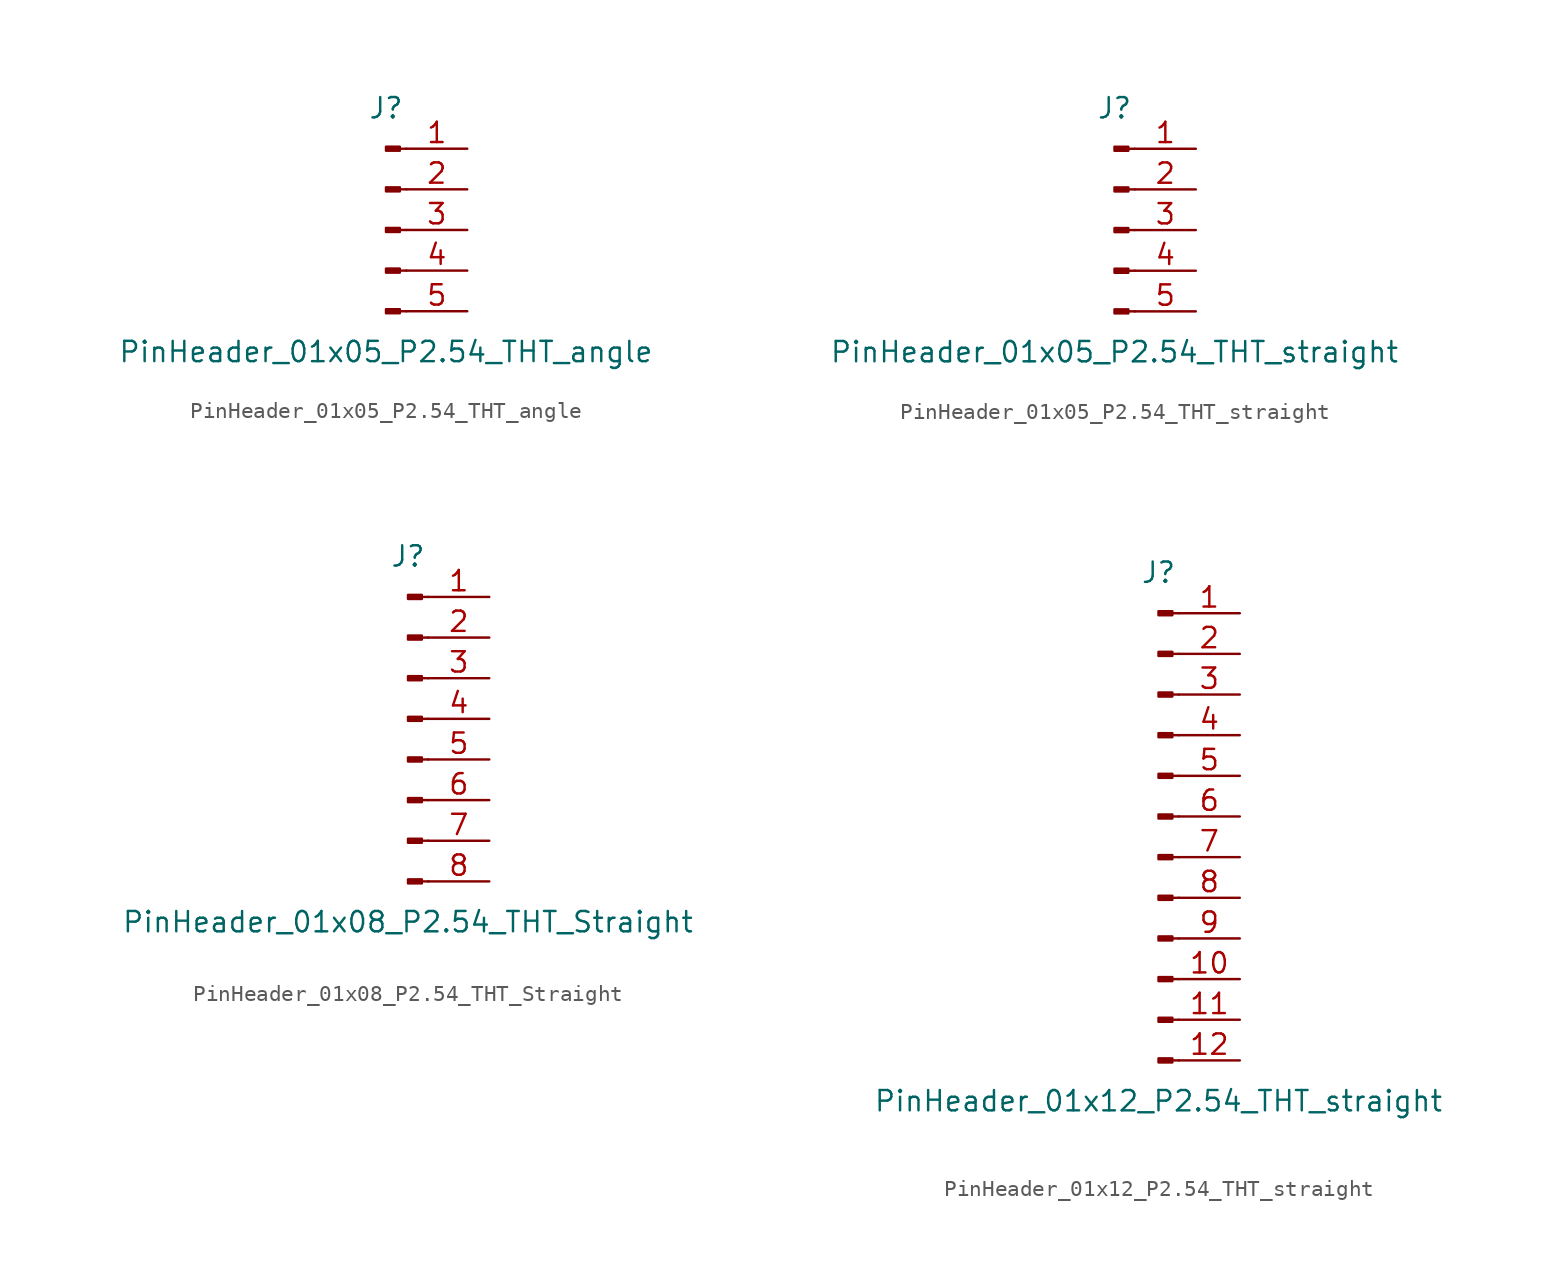
<source format=kicad_sym>
(kicad_symbol_lib
  (version 20231120)
  (generator "kicad_symbol_editor")
  (generator_version "8.0")
  (symbol "PinHeader_01x05_P2.54_THT_angle"
    (pin_names
      (offset 1.016) hide)
    (property "Reference" "J"
      (at 0 7.62 0)
      (effects (font (size 1.27 1.27))))
    (property "Value" "PinHeader_01x05_P2.54_THT_angle"
      (at 0 -7.62 0)
      (effects (font (size 1.27 1.27))))
    (symbol "PinHeader_01x05_P2.54_THT_angle_1_1"
      (polyline (pts (xy 1.27 -5.08) (xy 0.864 -5.08)) (stroke (width 0.152) (type default)) (fill (type none)))
      (polyline (pts (xy 1.27 -2.54) (xy 0.864 -2.54)) (stroke (width 0.152) (type default)) (fill (type none)))
      (polyline (pts (xy 1.27 0) (xy 0.864 0)) (stroke (width 0.152) (type default)) (fill (type none)))
      (polyline (pts (xy 1.27 2.54) (xy 0.864 2.54)) (stroke (width 0.152) (type default)) (fill (type none)))
      (polyline (pts (xy 1.27 5.08) (xy 0.864 5.08)) (stroke (width 0.152) (type default)) (fill (type none)))
      (rectangle (start 0.864 -4.953) (end 0 -5.207) (stroke (width 0.152) (type default)) (fill (type outline)))
      (rectangle (start 0.864 -2.413) (end 0 -2.667) (stroke (width 0.152) (type default)) (fill (type outline)))
      (rectangle (start 0.864 0.127) (end 0 -0.127) (stroke (width 0.152) (type default)) (fill (type outline)))
      (rectangle (start 0.864 2.667) (end 0 2.413) (stroke (width 0.152) (type default)) (fill (type outline)))
      (rectangle (start 0.864 5.207) (end 0 4.953) (stroke (width 0.152) (type default)) (fill (type outline)))
      (pin passive line (at 5.08 5.08 180) (length 3.81) (name "Pin_1" (effects (font (size 1.27 1.27)))) (number "1" (effects (font (size 1.27 1.27)))))
      (pin passive line (at 5.08 2.54 180) (length 3.81) (name "Pin_2" (effects (font (size 1.27 1.27)))) (number "2" (effects (font (size 1.27 1.27)))))
      (pin passive line (at 5.08 0 180) (length 3.81) (name "Pin_3" (effects (font (size 1.27 1.27)))) (number "3" (effects (font (size 1.27 1.27)))))
      (pin passive line (at 5.08 -2.54 180) (length 3.81) (name "Pin_4" (effects (font (size 1.27 1.27)))) (number "4" (effects (font (size 1.27 1.27)))))
      (pin passive line (at 5.08 -5.08 180) (length 3.81) (name "Pin_5" (effects (font (size 1.27 1.27)))) (number "5" (effects (font (size 1.27 1.27)))))))
  (symbol "PinHeader_01x05_P2.54_THT_straight"
    (pin_names
      (offset 1.016) hide)
    (property "Reference" "J"
      (at 0 7.62 0)
      (effects (font (size 1.27 1.27))))
    (property "Value" "PinHeader_01x05_P2.54_THT_straight"
      (at 0 -7.62 0)
      (effects (font (size 1.27 1.27))))
    (symbol "PinHeader_01x05_P2.54_THT_straight_1_1"
      (polyline (pts (xy 1.27 -5.08) (xy 0.864 -5.08)) (stroke (width 0.152) (type default)) (fill (type none)))
      (polyline (pts (xy 1.27 -2.54) (xy 0.864 -2.54)) (stroke (width 0.152) (type default)) (fill (type none)))
      (polyline (pts (xy 1.27 0) (xy 0.864 0)) (stroke (width 0.152) (type default)) (fill (type none)))
      (polyline (pts (xy 1.27 2.54) (xy 0.864 2.54)) (stroke (width 0.152) (type default)) (fill (type none)))
      (polyline (pts (xy 1.27 5.08) (xy 0.864 5.08)) (stroke (width 0.152) (type default)) (fill (type none)))
      (rectangle (start 0.864 -4.953) (end 0 -5.207) (stroke (width 0.152) (type default)) (fill (type outline)))
      (rectangle (start 0.864 -2.413) (end 0 -2.667) (stroke (width 0.152) (type default)) (fill (type outline)))
      (rectangle (start 0.864 0.127) (end 0 -0.127) (stroke (width 0.152) (type default)) (fill (type outline)))
      (rectangle (start 0.864 2.667) (end 0 2.413) (stroke (width 0.152) (type default)) (fill (type outline)))
      (rectangle (start 0.864 5.207) (end 0 4.953) (stroke (width 0.152) (type default)) (fill (type outline)))
      (pin passive line (at 5.08 5.08 180) (length 3.81) (name "Pin_1" (effects (font (size 1.27 1.27)))) (number "1" (effects (font (size 1.27 1.27)))))
      (pin passive line (at 5.08 2.54 180) (length 3.81) (name "Pin_2" (effects (font (size 1.27 1.27)))) (number "2" (effects (font (size 1.27 1.27)))))
      (pin passive line (at 5.08 0 180) (length 3.81) (name "Pin_3" (effects (font (size 1.27 1.27)))) (number "3" (effects (font (size 1.27 1.27)))))
      (pin passive line (at 5.08 -2.54 180) (length 3.81) (name "Pin_4" (effects (font (size 1.27 1.27)))) (number "4" (effects (font (size 1.27 1.27)))))
      (pin passive line (at 5.08 -5.08 180) (length 3.81) (name "Pin_5" (effects (font (size 1.27 1.27)))) (number "5" (effects (font (size 1.27 1.27)))))))
  (symbol "PinHeader_01x08_P2.54_THT_Straight"
    (pin_names
      (offset 1.016) hide)
    (property "Reference" "J"
      (at 0 10.16 0)
      (effects (font (size 1.27 1.27))))
    (property "Value" "PinHeader_01x08_P2.54_THT_Straight"
      (at 0 -12.7 0)
      (effects (font (size 1.27 1.27))))
    (symbol "PinHeader_01x08_P2.54_THT_Straight_1_1"
      (polyline (pts (xy 1.27 -10.16) (xy 0.864 -10.16)) (stroke (width 0.152) (type default)) (fill (type none)))
      (polyline (pts (xy 1.27 -7.62) (xy 0.864 -7.62)) (stroke (width 0.152) (type default)) (fill (type none)))
      (polyline (pts (xy 1.27 -5.08) (xy 0.864 -5.08)) (stroke (width 0.152) (type default)) (fill (type none)))
      (polyline (pts (xy 1.27 -2.54) (xy 0.864 -2.54)) (stroke (width 0.152) (type default)) (fill (type none)))
      (polyline (pts (xy 1.27 0) (xy 0.864 0)) (stroke (width 0.152) (type default)) (fill (type none)))
      (polyline (pts (xy 1.27 2.54) (xy 0.864 2.54)) (stroke (width 0.152) (type default)) (fill (type none)))
      (polyline (pts (xy 1.27 5.08) (xy 0.864 5.08)) (stroke (width 0.152) (type default)) (fill (type none)))
      (polyline (pts (xy 1.27 7.62) (xy 0.864 7.62)) (stroke (width 0.152) (type default)) (fill (type none)))
      (rectangle (start 0.864 -10.033) (end 0 -10.287) (stroke (width 0.152) (type default)) (fill (type outline)))
      (rectangle (start 0.864 -7.493) (end 0 -7.747) (stroke (width 0.152) (type default)) (fill (type outline)))
      (rectangle (start 0.864 -4.953) (end 0 -5.207) (stroke (width 0.152) (type default)) (fill (type outline)))
      (rectangle (start 0.864 -2.413) (end 0 -2.667) (stroke (width 0.152) (type default)) (fill (type outline)))
      (rectangle (start 0.864 0.127) (end 0 -0.127) (stroke (width 0.152) (type default)) (fill (type outline)))
      (rectangle (start 0.864 2.667) (end 0 2.413) (stroke (width 0.152) (type default)) (fill (type outline)))
      (rectangle (start 0.864 5.207) (end 0 4.953) (stroke (width 0.152) (type default)) (fill (type outline)))
      (rectangle (start 0.864 7.747) (end 0 7.493) (stroke (width 0.152) (type default)) (fill (type outline)))
      (pin passive line (at 5.08 7.62 180) (length 3.81) (name "Pin_1" (effects (font (size 1.27 1.27)))) (number "1" (effects (font (size 1.27 1.27)))))
      (pin passive line (at 5.08 5.08 180) (length 3.81) (name "Pin_2" (effects (font (size 1.27 1.27)))) (number "2" (effects (font (size 1.27 1.27)))))
      (pin passive line (at 5.08 2.54 180) (length 3.81) (name "Pin_3" (effects (font (size 1.27 1.27)))) (number "3" (effects (font (size 1.27 1.27)))))
      (pin passive line (at 5.08 0 180) (length 3.81) (name "Pin_4" (effects (font (size 1.27 1.27)))) (number "4" (effects (font (size 1.27 1.27)))))
      (pin passive line (at 5.08 -2.54 180) (length 3.81) (name "Pin_5" (effects (font (size 1.27 1.27)))) (number "5" (effects (font (size 1.27 1.27)))))
      (pin passive line (at 5.08 -5.08 180) (length 3.81) (name "Pin_6" (effects (font (size 1.27 1.27)))) (number "6" (effects (font (size 1.27 1.27)))))
      (pin passive line (at 5.08 -7.62 180) (length 3.81) (name "Pin_7" (effects (font (size 1.27 1.27)))) (number "7" (effects (font (size 1.27 1.27)))))
      (pin passive line (at 5.08 -10.16 180) (length 3.81) (name "Pin_8" (effects (font (size 1.27 1.27)))) (number "8" (effects (font (size 1.27 1.27)))))))
  (symbol "PinHeader_01x12_P2.54_THT_straight"
    (pin_names
      (offset 1.016) hide)
    (property "Reference" "J"
      (at 0 15.24 0)
      (effects (font (size 1.27 1.27))))
    (property "Value" "PinHeader_01x12_P2.54_THT_straight"
      (at 0 -17.78 0)
      (effects (font (size 1.27 1.27))))
    (symbol "PinHeader_01x12_P2.54_THT_straight_1_1"
      (polyline (pts (xy 1.27 -15.24) (xy 0.864 -15.24)) (stroke (width 0.152) (type default)) (fill (type none)))
      (polyline (pts (xy 1.27 -12.7) (xy 0.864 -12.7)) (stroke (width 0.152) (type default)) (fill (type none)))
      (polyline (pts (xy 1.27 -10.16) (xy 0.864 -10.16)) (stroke (width 0.152) (type default)) (fill (type none)))
      (polyline (pts (xy 1.27 -7.62) (xy 0.864 -7.62)) (stroke (width 0.152) (type default)) (fill (type none)))
      (polyline (pts (xy 1.27 -5.08) (xy 0.864 -5.08)) (stroke (width 0.152) (type default)) (fill (type none)))
      (polyline (pts (xy 1.27 -2.54) (xy 0.864 -2.54)) (stroke (width 0.152) (type default)) (fill (type none)))
      (polyline (pts (xy 1.27 0) (xy 0.864 0)) (stroke (width 0.152) (type default)) (fill (type none)))
      (polyline (pts (xy 1.27 2.54) (xy 0.864 2.54)) (stroke (width 0.152) (type default)) (fill (type none)))
      (polyline (pts (xy 1.27 5.08) (xy 0.864 5.08)) (stroke (width 0.152) (type default)) (fill (type none)))
      (polyline (pts (xy 1.27 7.62) (xy 0.864 7.62)) (stroke (width 0.152) (type default)) (fill (type none)))
      (polyline (pts (xy 1.27 10.16) (xy 0.864 10.16)) (stroke (width 0.152) (type default)) (fill (type none)))
      (polyline (pts (xy 1.27 12.7) (xy 0.864 12.7)) (stroke (width 0.152) (type default)) (fill (type none)))
      (rectangle (start 0.864 -15.113) (end 0 -15.367) (stroke (width 0.152) (type default)) (fill (type outline)))
      (rectangle (start 0.864 -12.573) (end 0 -12.827) (stroke (width 0.152) (type default)) (fill (type outline)))
      (rectangle (start 0.864 -10.033) (end 0 -10.287) (stroke (width 0.152) (type default)) (fill (type outline)))
      (rectangle (start 0.864 -7.493) (end 0 -7.747) (stroke (width 0.152) (type default)) (fill (type outline)))
      (rectangle (start 0.864 -4.953) (end 0 -5.207) (stroke (width 0.152) (type default)) (fill (type outline)))
      (rectangle (start 0.864 -2.413) (end 0 -2.667) (stroke (width 0.152) (type default)) (fill (type outline)))
      (rectangle (start 0.864 0.127) (end 0 -0.127) (stroke (width 0.152) (type default)) (fill (type outline)))
      (rectangle (start 0.864 2.667) (end 0 2.413) (stroke (width 0.152) (type default)) (fill (type outline)))
      (rectangle (start 0.864 5.207) (end 0 4.953) (stroke (width 0.152) (type default)) (fill (type outline)))
      (rectangle (start 0.864 7.747) (end 0 7.493) (stroke (width 0.152) (type default)) (fill (type outline)))
      (rectangle (start 0.864 10.287) (end 0 10.033) (stroke (width 0.152) (type default)) (fill (type outline)))
      (rectangle (start 0.864 12.827) (end 0 12.573) (stroke (width 0.152) (type default)) (fill (type outline)))
      (pin passive line (at 5.08 12.7 180) (length 3.81) (name "Pin_1" (effects (font (size 1.27 1.27)))) (number "1" (effects (font (size 1.27 1.27)))))
      (pin passive line (at 5.08 -10.16 180) (length 3.81) (name "Pin_10" (effects (font (size 1.27 1.27)))) (number "10" (effects (font (size 1.27 1.27)))))
      (pin passive line (at 5.08 -12.7 180) (length 3.81) (name "Pin_11" (effects (font (size 1.27 1.27)))) (number "11" (effects (font (size 1.27 1.27)))))
      (pin passive line (at 5.08 -15.24 180) (length 3.81) (name "Pin_12" (effects (font (size 1.27 1.27)))) (number "12" (effects (font (size 1.27 1.27)))))
      (pin passive line (at 5.08 10.16 180) (length 3.81) (name "Pin_2" (effects (font (size 1.27 1.27)))) (number "2" (effects (font (size 1.27 1.27)))))
      (pin passive line (at 5.08 7.62 180) (length 3.81) (name "Pin_3" (effects (font (size 1.27 1.27)))) (number "3" (effects (font (size 1.27 1.27)))))
      (pin passive line (at 5.08 5.08 180) (length 3.81) (name "Pin_4" (effects (font (size 1.27 1.27)))) (number "4" (effects (font (size 1.27 1.27)))))
      (pin passive line (at 5.08 2.54 180) (length 3.81) (name "Pin_5" (effects (font (size 1.27 1.27)))) (number "5" (effects (font (size 1.27 1.27)))))
      (pin passive line (at 5.08 0 180) (length 3.81) (name "Pin_6" (effects (font (size 1.27 1.27)))) (number "6" (effects (font (size 1.27 1.27)))))
      (pin passive line (at 5.08 -2.54 180) (length 3.81) (name "Pin_7" (effects (font (size 1.27 1.27)))) (number "7" (effects (font (size 1.27 1.27)))))
      (pin passive line (at 5.08 -5.08 180) (length 3.81) (name "Pin_8" (effects (font (size 1.27 1.27)))) (number "8" (effects (font (size 1.27 1.27)))))
      (pin passive line (at 5.08 -7.62 180) (length 3.81) (name "Pin_9" (effects (font (size 1.27 1.27)))) (number "9" (effects (font (size 1.27 1.27))))))))
</source>
